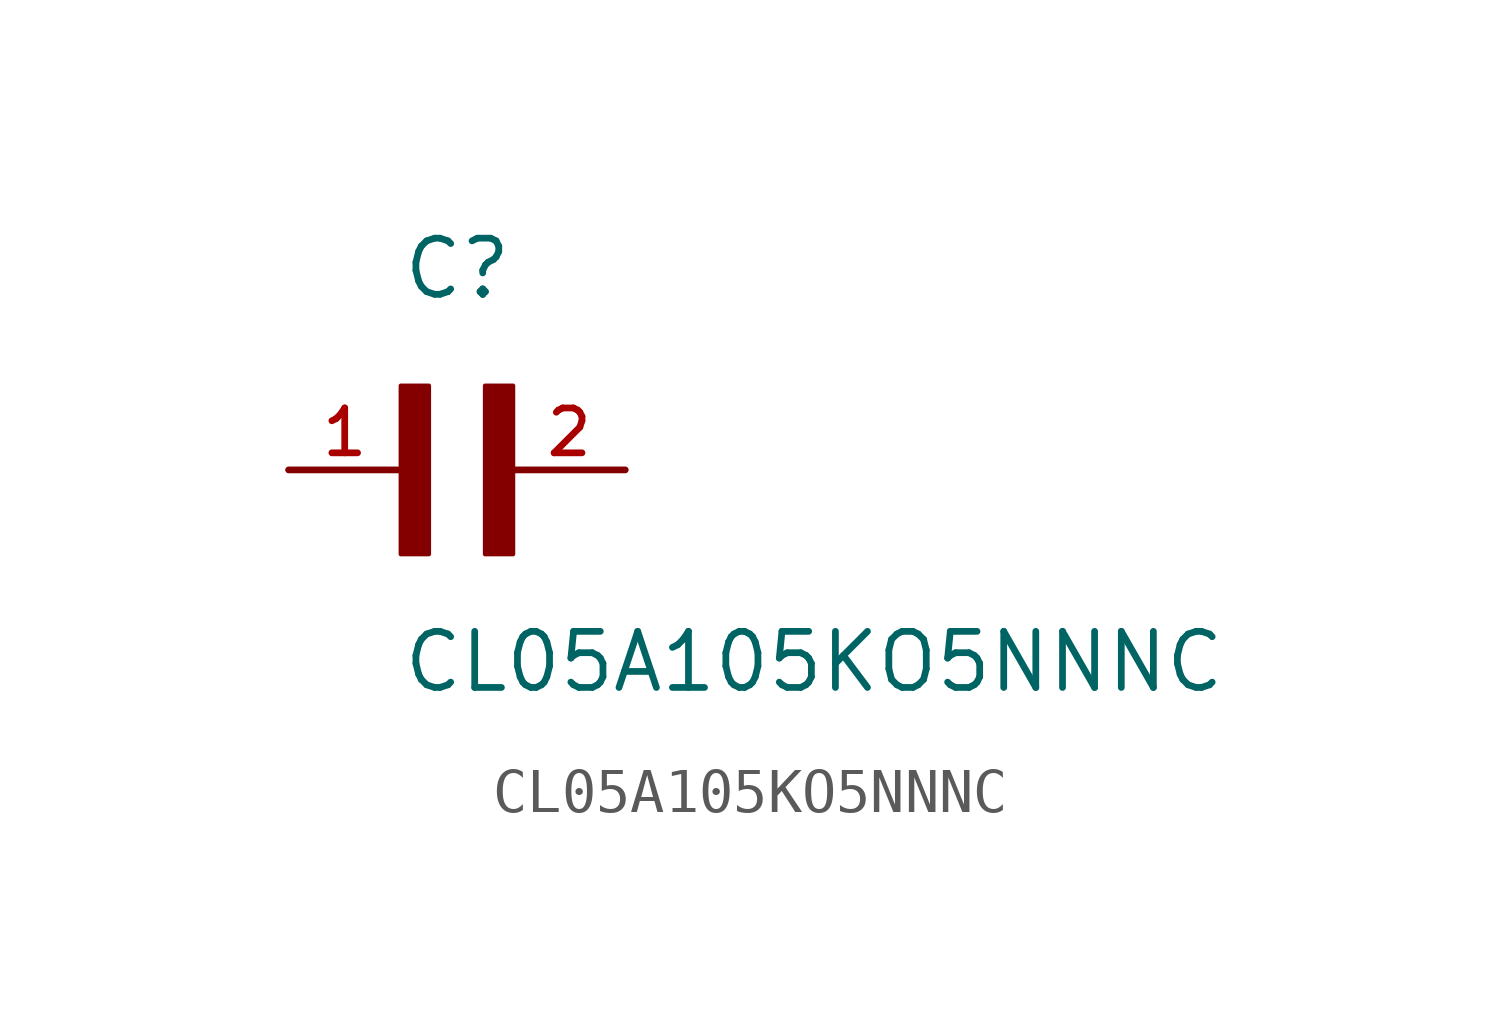
<source format=kicad_sym>
(kicad_symbol_lib
  (version 20211014)
  (generator kicad_symbol_editor)
  (symbol "CL05A105KO5NNNC"
    (pin_names
      (offset 1.016))
    (property "Reference" "C"
      (at 0.0 3.811 0)
      (effects (font (size 1.27 1.27)) (justify bottom left)))
    (property "Value" "CL05A105KO5NNNC"
      (at 0.0 -5.088 0)
      (effects (font (size 1.27 1.27)) (justify bottom left)))
    (symbol "CL05A105KO5NNNC_0_0"
      (rectangle (start 0.0 -1.907) (end 0.635 1.905) (stroke (width 0.1)) (fill (type outline)))
      (rectangle (start 1.907 -1.907) (end 2.54 1.905) (stroke (width 0.1)) (fill (type outline)))
      (pin passive line (at -2.54 0.0 0) (length 2.54) (name "~" (effects (font (size 1.016 1.016)))) (number "1" (effects (font (size 1.016 1.016)))))
      (pin passive line (at 5.08 0.0 180.0) (length 2.54) (name "~" (effects (font (size 1.016 1.016)))) (number "2" (effects (font (size 1.016 1.016))))))))
</source>
